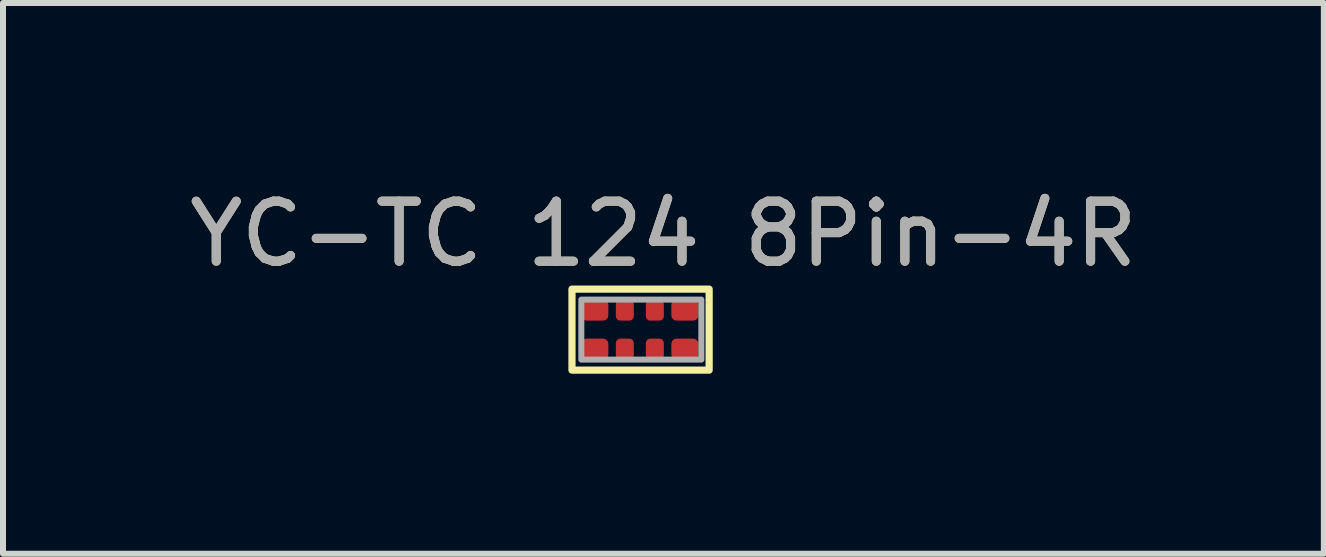
<source format=kicad_pcb>
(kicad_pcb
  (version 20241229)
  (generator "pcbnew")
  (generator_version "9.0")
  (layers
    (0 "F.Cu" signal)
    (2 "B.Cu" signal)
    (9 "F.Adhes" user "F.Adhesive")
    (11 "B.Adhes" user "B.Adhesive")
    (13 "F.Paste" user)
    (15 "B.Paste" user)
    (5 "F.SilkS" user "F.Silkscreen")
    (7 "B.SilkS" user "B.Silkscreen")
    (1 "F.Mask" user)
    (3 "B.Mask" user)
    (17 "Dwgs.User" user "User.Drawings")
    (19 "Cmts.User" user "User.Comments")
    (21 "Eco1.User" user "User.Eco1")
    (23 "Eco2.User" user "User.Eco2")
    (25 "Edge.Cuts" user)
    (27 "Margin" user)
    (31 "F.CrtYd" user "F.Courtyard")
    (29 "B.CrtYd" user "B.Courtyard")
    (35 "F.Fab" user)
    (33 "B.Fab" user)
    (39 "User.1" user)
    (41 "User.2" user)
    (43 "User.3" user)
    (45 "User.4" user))
  (footprint "YC-TC 124 8Pin-4R"
    (layer "F.Cu")
    (at 6.863 2.118)
    (property "Reference" "YC-TC 124 8Pin-4R" (at 1.143 -1.27 0) (unlocked yes) (layer "F.SilkS") (effects (font (size 1 1) (thickness 0.15))))
    (attr smd)
    (fp_rect (start -0.381 -0.35) (end 1.905 1) (stroke (width 0.12) (type solid)) (fill no) (layer "F.SilkS"))
    (fp_rect (start -0.225 -0.175) (end 1.775 0.825) (stroke (width 0.1) (type solid)) (fill no) (layer "F.Fab"))
    (fp_text user "${REFERENCE}" (at 1.143 -1.27 0) (unlocked yes) (layer "F.Fab") (effects (font (size 1 1) (thickness 0.15))))
    (pad "1" smd roundrect (at 0 0) (size 0.45 0.35) (layers "F.Cu" "F.Mask" "F.Paste") (roundrect_rratio 0.25))
    (pad "2" smd roundrect (at 0.5 0) (size 0.3 0.35) (layers "F.Cu" "F.Mask" "F.Paste") (roundrect_rratio 0.25))
    (pad "3" smd roundrect (at 1 0) (size 0.3 0.35) (layers "F.Cu" "F.Mask" "F.Paste") (roundrect_rratio 0.25))
    (pad "4" smd roundrect (at 1.5 0) (size 0.45 0.35) (layers "F.Cu" "F.Mask" "F.Paste") (roundrect_rratio 0.25))
    (pad "5" smd roundrect (at 1.5 0.65) (size 0.45 0.35) (layers "F.Cu" "F.Mask" "F.Paste") (roundrect_rratio 0.25))
    (pad "6" smd roundrect (at 1 0.65) (size 0.3 0.35) (layers "F.Cu" "F.Mask" "F.Paste") (roundrect_rratio 0.25))
    (pad "7" smd roundrect (at 0.5 0.65) (size 0.3 0.35) (layers "F.Cu" "F.Mask" "F.Paste") (roundrect_rratio 0.25))
    (pad "8" smd roundrect (at 0 0.65) (size 0.45 0.35) (layers "F.Cu" "F.Mask" "F.Paste") (roundrect_rratio 0.25)))
  (gr_rect
    (start -3 -3)
    (end 19.012 6.178)
    (stroke (width 0.1) (type default))
    (fill no)
    (layer "Edge.Cuts")))
</source>
